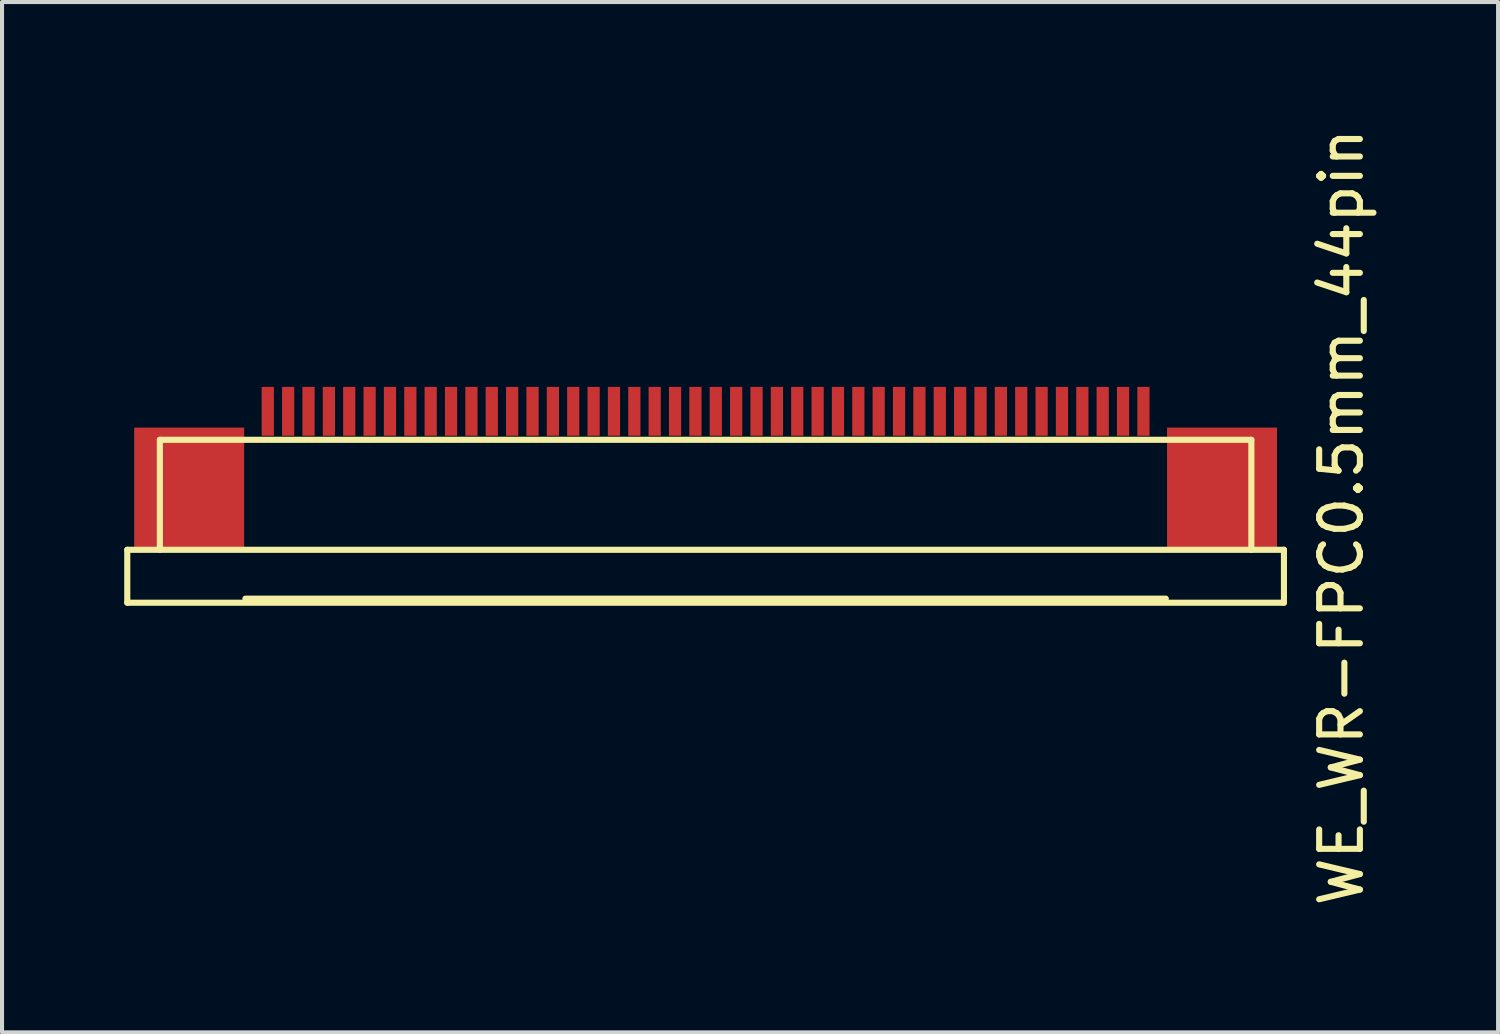
<source format=kicad_pcb>
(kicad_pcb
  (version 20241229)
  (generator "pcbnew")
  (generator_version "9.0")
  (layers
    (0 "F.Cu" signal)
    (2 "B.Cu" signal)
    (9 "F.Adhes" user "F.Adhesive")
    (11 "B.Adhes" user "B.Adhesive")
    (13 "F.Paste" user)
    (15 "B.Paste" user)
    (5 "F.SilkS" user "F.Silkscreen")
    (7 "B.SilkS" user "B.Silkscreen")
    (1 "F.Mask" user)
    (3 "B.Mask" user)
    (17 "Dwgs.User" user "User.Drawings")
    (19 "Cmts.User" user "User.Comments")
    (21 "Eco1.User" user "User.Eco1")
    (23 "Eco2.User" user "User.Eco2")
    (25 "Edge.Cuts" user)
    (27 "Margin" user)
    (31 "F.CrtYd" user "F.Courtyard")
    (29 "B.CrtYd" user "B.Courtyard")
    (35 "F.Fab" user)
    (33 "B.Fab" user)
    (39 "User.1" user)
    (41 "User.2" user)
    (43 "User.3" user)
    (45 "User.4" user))
  (footprint "WE_WR-FPC0.5mm_44pin"
    (layer "F.Cu")
    (at 14.275 7.049)
    (property "Reference" "WE_WR-FPC0.5mm_44pin" (at 15.61 2.6 90) (layer "F.SilkS") (effects (font (size 1 1) (thickness 0.15))))
    (attr through_hole)
    (fp_line (start -14.2 3.4) (end -14.2 4.7) (stroke (width 0.15) (type solid)) (layer "F.SilkS"))
    (fp_line (start -14.2 3.4) (end 14.2 3.4) (stroke (width 0.15) (type solid)) (layer "F.SilkS"))
    (fp_line (start -14.2 4.7) (end 14.2 4.7) (stroke (width 0.15) (type solid)) (layer "F.SilkS"))
    (fp_line (start -13.4 0.7) (end 13.4 0.7) (stroke (width 0.15) (type solid)) (layer "F.SilkS"))
    (fp_line (start -13.4 3.4) (end -13.4 0.7) (stroke (width 0.15) (type solid)) (layer "F.SilkS"))
    (fp_line (start -11.3 4.6) (end 11.3 4.6) (stroke (width 0.15) (type solid)) (layer "F.SilkS"))
    (fp_line (start 13.4 0.7) (end 13.4 3.4) (stroke (width 0.15) (type solid)) (layer "F.SilkS"))
    (fp_line (start 14.2 3.4) (end 14.2 4.7) (stroke (width 0.15) (type solid)) (layer "F.SilkS"))
    (pad "" smd rect (at -12.68 1.9) (size 2.7 3) (layers "F.Cu" "F.Mask" "F.Paste"))
    (pad "" smd rect (at 12.68 1.9) (size 2.7 3) (layers "F.Cu" "F.Mask" "F.Paste"))
    (pad "1" smd rect (at -10.75 0) (size 0.3 1.2) (layers "F.Cu" "F.Mask" "F.Paste"))
    (pad "2" smd rect (at -10.25 0) (size 0.3 1.2) (layers "F.Cu" "F.Mask" "F.Paste"))
    (pad "3" smd rect (at -9.75 0) (size 0.3 1.2) (layers "F.Cu" "F.Mask" "F.Paste"))
    (pad "4" smd rect (at -9.25 0) (size 0.3 1.2) (layers "F.Cu" "F.Mask" "F.Paste"))
    (pad "5" smd rect (at -8.75 0) (size 0.3 1.2) (layers "F.Cu" "F.Mask" "F.Paste"))
    (pad "6" smd rect (at -8.25 0) (size 0.3 1.2) (layers "F.Cu" "F.Mask" "F.Paste"))
    (pad "7" smd rect (at -7.75 0) (size 0.3 1.2) (layers "F.Cu" "F.Mask" "F.Paste"))
    (pad "8" smd rect (at -7.25 0) (size 0.3 1.2) (layers "F.Cu" "F.Mask" "F.Paste"))
    (pad "9" smd rect (at -6.75 0) (size 0.3 1.2) (layers "F.Cu" "F.Mask" "F.Paste"))
    (pad "10" smd rect (at -6.25 0) (size 0.3 1.2) (layers "F.Cu" "F.Mask" "F.Paste"))
    (pad "11" smd rect (at -5.75 0) (size 0.3 1.2) (layers "F.Cu" "F.Mask" "F.Paste"))
    (pad "12" smd rect (at -5.25 0) (size 0.3 1.2) (layers "F.Cu" "F.Mask" "F.Paste"))
    (pad "13" smd rect (at -4.75 0) (size 0.3 1.2) (layers "F.Cu" "F.Mask" "F.Paste"))
    (pad "14" smd rect (at -4.25 0) (size 0.3 1.2) (layers "F.Cu" "F.Mask" "F.Paste"))
    (pad "15" smd rect (at -3.75 0) (size 0.3 1.2) (layers "F.Cu" "F.Mask" "F.Paste"))
    (pad "16" smd rect (at -3.25 0) (size 0.3 1.2) (layers "F.Cu" "F.Mask" "F.Paste"))
    (pad "17" smd rect (at -2.75 0) (size 0.3 1.2) (layers "F.Cu" "F.Mask" "F.Paste"))
    (pad "18" smd rect (at -2.25 0) (size 0.3 1.2) (layers "F.Cu" "F.Mask" "F.Paste"))
    (pad "19" smd rect (at -1.75 0) (size 0.3 1.2) (layers "F.Cu" "F.Mask" "F.Paste"))
    (pad "20" smd rect (at -1.25 0) (size 0.3 1.2) (layers "F.Cu" "F.Mask" "F.Paste"))
    (pad "21" smd rect (at -0.75 0) (size 0.3 1.2) (layers "F.Cu" "F.Mask" "F.Paste"))
    (pad "22" smd rect (at -0.25 0) (size 0.3 1.2) (layers "F.Cu" "F.Mask" "F.Paste"))
    (pad "23" smd rect (at 0.25 0) (size 0.3 1.2) (layers "F.Cu" "F.Mask" "F.Paste"))
    (pad "24" smd rect (at 0.75 0) (size 0.3 1.2) (layers "F.Cu" "F.Mask" "F.Paste"))
    (pad "25" smd rect (at 1.25 0) (size 0.3 1.2) (layers "F.Cu" "F.Mask" "F.Paste"))
    (pad "26" smd rect (at 1.75 0) (size 0.3 1.2) (layers "F.Cu" "F.Mask" "F.Paste"))
    (pad "27" smd rect (at 2.25 0) (size 0.3 1.2) (layers "F.Cu" "F.Mask" "F.Paste"))
    (pad "28" smd rect (at 2.75 0) (size 0.3 1.2) (layers "F.Cu" "F.Mask" "F.Paste"))
    (pad "29" smd rect (at 3.25 0) (size 0.3 1.2) (layers "F.Cu" "F.Mask" "F.Paste"))
    (pad "30" smd rect (at 3.75 0) (size 0.3 1.2) (layers "F.Cu" "F.Mask" "F.Paste"))
    (pad "31" smd rect (at 4.25 0) (size 0.3 1.2) (layers "F.Cu" "F.Mask" "F.Paste"))
    (pad "32" smd rect (at 4.75 0) (size 0.3 1.2) (layers "F.Cu" "F.Mask" "F.Paste"))
    (pad "33" smd rect (at 5.25 0) (size 0.3 1.2) (layers "F.Cu" "F.Mask" "F.Paste"))
    (pad "34" smd rect (at 5.75 0) (size 0.3 1.2) (layers "F.Cu" "F.Mask" "F.Paste"))
    (pad "35" smd rect (at 6.25 0) (size 0.3 1.2) (layers "F.Cu" "F.Mask" "F.Paste"))
    (pad "36" smd rect (at 6.75 0) (size 0.3 1.2) (layers "F.Cu" "F.Mask" "F.Paste"))
    (pad "37" smd rect (at 7.25 0) (size 0.3 1.2) (layers "F.Cu" "F.Mask" "F.Paste"))
    (pad "38" smd rect (at 7.75 0) (size 0.3 1.2) (layers "F.Cu" "F.Mask" "F.Paste"))
    (pad "39" smd rect (at 8.25 0) (size 0.3 1.2) (layers "F.Cu" "F.Mask" "F.Paste"))
    (pad "40" smd rect (at 8.75 0) (size 0.3 1.2) (layers "F.Cu" "F.Mask" "F.Paste"))
    (pad "41" smd rect (at 9.25 0) (size 0.3 1.2) (layers "F.Cu" "F.Mask" "F.Paste"))
    (pad "42" smd rect (at 9.75 0) (size 0.3 1.2) (layers "F.Cu" "F.Mask" "F.Paste"))
    (pad "43" smd rect (at 10.25 0) (size 0.3 1.2) (layers "F.Cu" "F.Mask" "F.Paste"))
    (pad "44" smd rect (at 10.75 0) (size 0.3 1.2) (layers "F.Cu" "F.Mask" "F.Paste")))
  (gr_rect
    (start -3 -3)
    (end 33.733 22.298)
    (stroke (width 0.1) (type default))
    (fill no)
    (layer "Edge.Cuts")))
</source>
